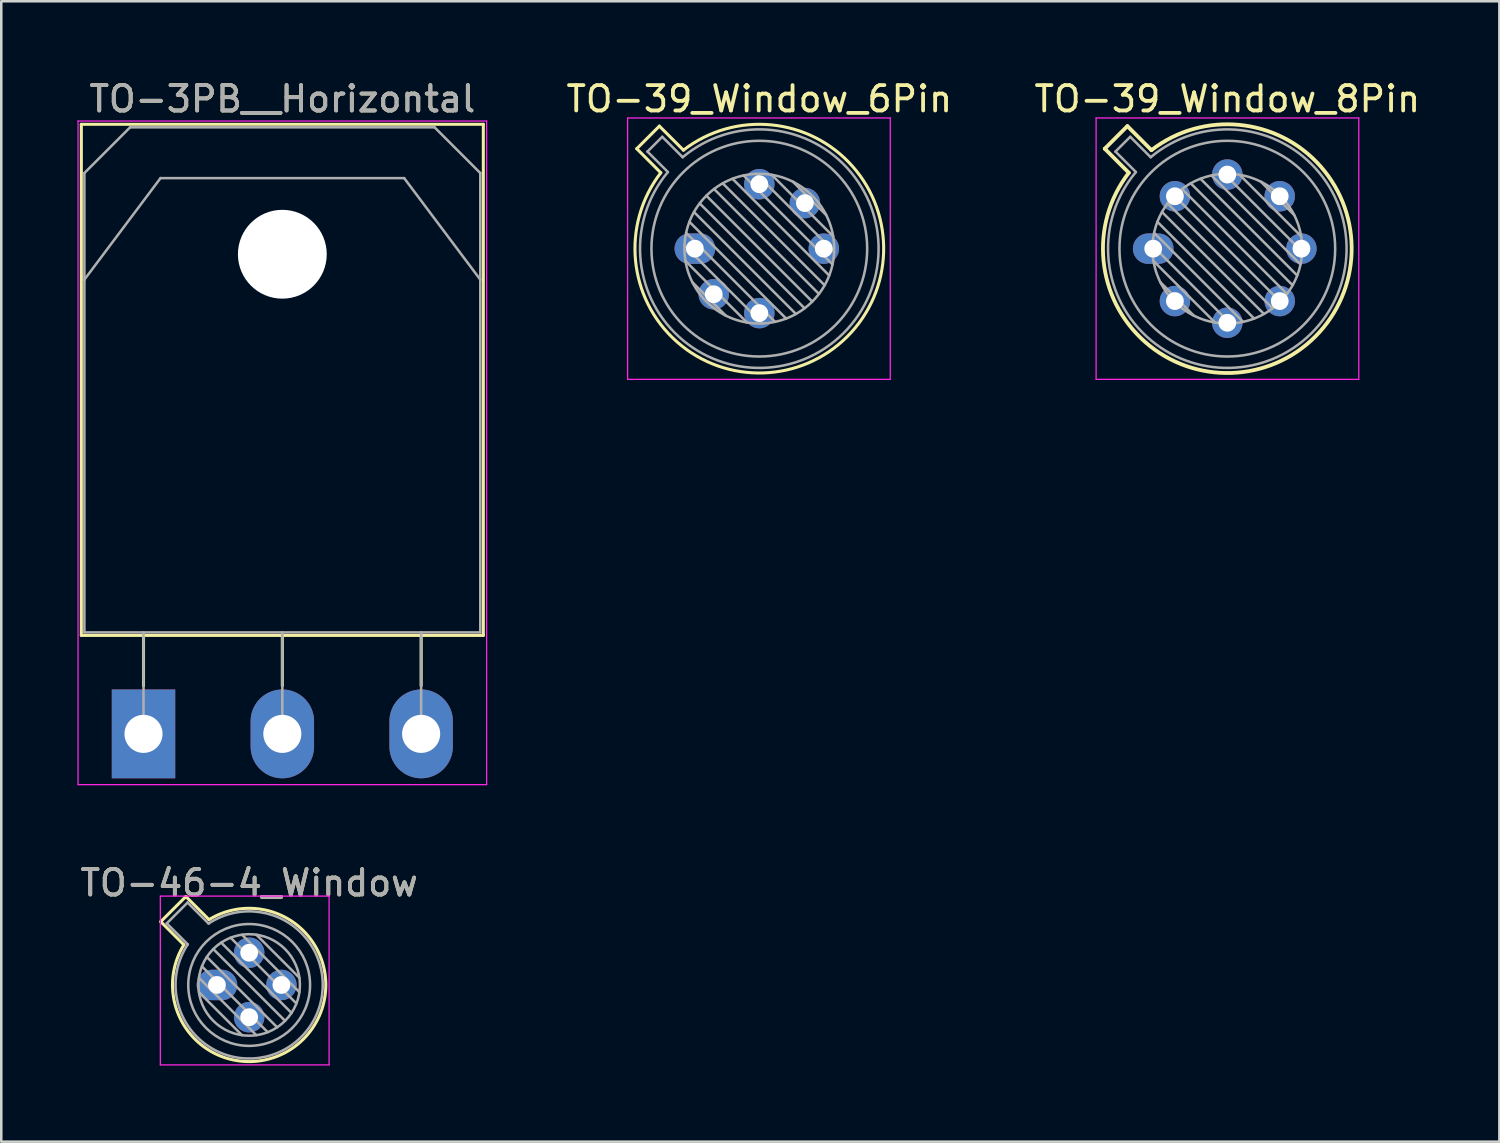
<source format=kicad_pcb>
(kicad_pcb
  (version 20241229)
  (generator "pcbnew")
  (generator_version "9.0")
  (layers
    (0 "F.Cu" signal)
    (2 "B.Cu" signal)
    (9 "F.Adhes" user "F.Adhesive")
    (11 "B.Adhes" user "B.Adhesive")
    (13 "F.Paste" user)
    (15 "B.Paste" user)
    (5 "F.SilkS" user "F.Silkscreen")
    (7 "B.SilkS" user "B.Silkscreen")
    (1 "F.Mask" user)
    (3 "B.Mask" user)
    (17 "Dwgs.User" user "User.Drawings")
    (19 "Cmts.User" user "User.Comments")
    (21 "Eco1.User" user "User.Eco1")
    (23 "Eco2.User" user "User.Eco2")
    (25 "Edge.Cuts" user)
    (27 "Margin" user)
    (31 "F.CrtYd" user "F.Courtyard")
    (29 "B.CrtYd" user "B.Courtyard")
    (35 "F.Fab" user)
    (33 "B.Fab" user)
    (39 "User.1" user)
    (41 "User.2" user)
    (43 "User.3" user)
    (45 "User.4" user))
  (footprint "TO-3PB__Horizontal"
    (layer "F.Cu")
    (at 2.605 25.868)
    (property "Reference" "TO-3PB__Horizontal" (at 5.47 -25.02 0) (layer "F.SilkS") (effects (font (size 1 1) (thickness 0.15))))
    (attr through_hole)
    (fp_line (start -2.45 -24.02) (end -2.45 -3.88) (stroke (width 0.12) (type solid)) (layer "F.SilkS"))
    (fp_line (start -2.45 -24.02) (end 13.39 -24.02) (stroke (width 0.12) (type solid)) (layer "F.SilkS"))
    (fp_line (start -2.45 -3.88) (end 13.39 -3.88) (stroke (width 0.12) (type solid)) (layer "F.SilkS"))
    (fp_line (start 0 -3.88) (end 0 -1.9) (stroke (width 0.12) (type solid)) (layer "F.SilkS"))
    (fp_line (start 5.47 -3.88) (end 5.47 -1.9) (stroke (width 0.12) (type solid)) (layer "F.SilkS"))
    (fp_line (start 10.94 -3.88) (end 10.94 -1.9) (stroke (width 0.12) (type solid)) (layer "F.SilkS"))
    (fp_line (start 13.39 -24.02) (end 13.39 -3.88) (stroke (width 0.12) (type solid)) (layer "F.SilkS"))
    (fp_line (start -2.58 -24.15) (end -2.58 2) (stroke (width 0.05) (type solid)) (layer "F.CrtYd"))
    (fp_line (start -2.58 2) (end 13.52 2) (stroke (width 0.05) (type solid)) (layer "F.CrtYd"))
    (fp_line (start 13.52 -24.15) (end -2.58 -24.15) (stroke (width 0.05) (type solid)) (layer "F.CrtYd"))
    (fp_line (start 13.52 2) (end 13.52 -24.15) (stroke (width 0.05) (type solid)) (layer "F.CrtYd"))
    (fp_line (start -2.33 -22.1) (end -0.53 -23.9) (stroke (width 0.1) (type solid)) (layer "F.Fab"))
    (fp_line (start -2.33 -17.9) (end -2.33 -22.1) (stroke (width 0.1) (type solid)) (layer "F.Fab"))
    (fp_line (start -2.33 -17.9) (end 0.67 -21.9) (stroke (width 0.1) (type solid)) (layer "F.Fab"))
    (fp_line (start -2.33 -4) (end -2.33 -17.9) (stroke (width 0.1) (type solid)) (layer "F.Fab"))
    (fp_line (start -0.53 -23.9) (end 11.47 -23.9) (stroke (width 0.1) (type solid)) (layer "F.Fab"))
    (fp_line (start 0 -4) (end 0 0) (stroke (width 0.1) (type solid)) (layer "F.Fab"))
    (fp_line (start 0.67 -21.9) (end 10.27 -21.9) (stroke (width 0.1) (type solid)) (layer "F.Fab"))
    (fp_line (start 5.47 -4) (end 5.47 0) (stroke (width 0.1) (type solid)) (layer "F.Fab"))
    (fp_line (start 10.27 -21.9) (end 13.27 -17.9) (stroke (width 0.1) (type solid)) (layer "F.Fab"))
    (fp_line (start 10.94 -4) (end 10.94 0) (stroke (width 0.1) (type solid)) (layer "F.Fab"))
    (fp_line (start 11.47 -23.9) (end 13.27 -22.1) (stroke (width 0.1) (type solid)) (layer "F.Fab"))
    (fp_line (start 13.27 -22.1) (end 13.27 -17.9) (stroke (width 0.1) (type solid)) (layer "F.Fab"))
    (fp_line (start 13.27 -17.9) (end 13.27 -4) (stroke (width 0.1) (type solid)) (layer "F.Fab"))
    (fp_line (start 13.27 -4) (end -2.33 -4) (stroke (width 0.1) (type solid)) (layer "F.Fab"))
    (fp_circle (center 5.47 -18.9) (end 7.07 -18.9) (stroke (width 0.1) (type solid)) (fill no) (layer "F.Fab"))
    (fp_text user "${REFERENCE}" (at 5.47 -25.02 0) (layer "F.Fab") (effects (font (size 1 1) (thickness 0.15))))
    (pad "" np_thru_hole oval (at 5.47 -18.9) (size 3.5 3.5) (drill 3.5) (layers "*.Cu" "*.Mask"))
    (pad "1" thru_hole rect (at 0 0) (size 2.5 3.5) (drill 1.5) (layers "*.Cu" "*.Mask"))
    (pad "2" thru_hole oval (at 5.47 0) (size 2.5 3.5) (drill 1.5) (layers "*.Cu" "*.Mask"))
    (pad "3" thru_hole oval (at 10.94 0) (size 2.5 3.5) (drill 1.5) (layers "*.Cu" "*.Mask")))
  (footprint "TO-39_Window_6Pin"
    (layer "F.Cu")
    (at 24.33 6.748)
    (property "Reference" "TO-39_Window_6Pin" (at 2.54 -5.9 0) (layer "F.SilkS") (effects (font (size 1 1) (thickness 0.15))))
    (attr through_hole)
    (fp_line (start -2.289 -3.938) (end -1.342 -2.991) (stroke (width 0.12) (type solid)) (layer "F.SilkS"))
    (fp_line (start -1.398 -4.829) (end -2.289 -3.938) (stroke (width 0.12) (type solid)) (layer "F.SilkS"))
    (fp_line (start -0.451 -3.882) (end -1.398 -4.829) (stroke (width 0.12) (type solid)) (layer "F.SilkS"))
    (fp_arc (start -0.450589 -3.881543) (mid 6.004823 3.464823) (end -1.341543 -2.990588) (stroke (width 0.12) (type solid)) (layer "F.SilkS"))
    (fp_line (start -2.65 -5.15) (end -2.65 5.15) (stroke (width 0.05) (type solid)) (layer "F.CrtYd"))
    (fp_line (start -2.65 5.15) (end 7.7 5.15) (stroke (width 0.05) (type solid)) (layer "F.CrtYd"))
    (fp_line (start 7.7 -5.15) (end -2.65 -5.15) (stroke (width 0.05) (type solid)) (layer "F.CrtYd"))
    (fp_line (start 7.7 5.15) (end 7.7 -5.15) (stroke (width 0.05) (type solid)) (layer "F.CrtYd"))
    (fp_line (start -1.868 -3.825) (end -1.062 -3.019) (stroke (width 0.1) (type solid)) (layer "F.Fab"))
    (fp_line (start -1.285 -4.408) (end -1.868 -3.825) (stroke (width 0.1) (type solid)) (layer "F.Fab"))
    (fp_line (start -0.479 -3.602) (end -1.285 -4.408) (stroke (width 0.1) (type solid)) (layer "F.Fab"))
    (fp_line (start -0.408 -0.12) (end 2.66 2.948) (stroke (width 0.1) (type solid)) (layer "F.Fab"))
    (fp_line (start -0.371 0.485) (end 2.055 2.911) (stroke (width 0.1) (type solid)) (layer "F.Fab"))
    (fp_line (start -0.344 -0.622) (end 3.162 2.884) (stroke (width 0.1) (type solid)) (layer "F.Fab"))
    (fp_line (start -0.215 -1.058) (end 3.598 2.755) (stroke (width 0.1) (type solid)) (layer "F.Fab"))
    (fp_line (start -0.097 1.324) (end 1.216 2.637) (stroke (width 0.1) (type solid)) (layer "F.Fab"))
    (fp_line (start -0.034 -1.443) (end 3.983 2.574) (stroke (width 0.1) (type solid)) (layer "F.Fab"))
    (fp_line (start 0.19 -1.784) (end 4.324 2.35) (stroke (width 0.1) (type solid)) (layer "F.Fab"))
    (fp_line (start 0.454 -2.086) (end 4.626 2.086) (stroke (width 0.1) (type solid)) (layer "F.Fab"))
    (fp_line (start 0.756 -2.35) (end 4.89 1.784) (stroke (width 0.1) (type solid)) (layer "F.Fab"))
    (fp_line (start 1.097 -2.574) (end 5.114 1.443) (stroke (width 0.1) (type solid)) (layer "F.Fab"))
    (fp_line (start 1.482 -2.755) (end 5.295 1.058) (stroke (width 0.1) (type solid)) (layer "F.Fab"))
    (fp_line (start 1.918 -2.884) (end 5.424 0.622) (stroke (width 0.1) (type solid)) (layer "F.Fab"))
    (fp_line (start 2.42 -2.948) (end 5.488 0.12) (stroke (width 0.1) (type solid)) (layer "F.Fab"))
    (fp_line (start 3.025 -2.911) (end 5.451 -0.485) (stroke (width 0.1) (type solid)) (layer "F.Fab"))
    (fp_line (start 3.864 -2.637) (end 5.177 -1.324) (stroke (width 0.1) (type solid)) (layer "F.Fab"))
    (fp_arc (start -0.478935 -3.602226) (mid 5.863402 3.323402) (end -1.062226 -3.018935) (stroke (width 0.1) (type solid)) (layer "F.Fab"))
    (fp_circle (center 2.54 0) (end 5.49 0) (stroke (width 0.1) (type solid)) (fill no) (layer "F.Fab"))
    (fp_circle (center 2.54 0) (end 6.79 0) (stroke (width 0.1) (type solid)) (fill no) (layer "F.Fab"))
    (pad "1" thru_hole oval (at 0 0) (size 1.6 1.2) (drill 0.7) (layers "*.Cu" "*.Mask"))
    (pad "2" thru_hole oval (at 0.744 1.796) (size 1.2 1.2) (drill 0.7) (layers "*.Cu" "*.Mask"))
    (pad "3" thru_hole oval (at 2.54 2.54) (size 1.2 1.2) (drill 0.7) (layers "*.Cu" "*.Mask"))
    (pad "4" thru_hole oval (at 5.08 0) (size 1.2 1.2) (drill 0.7) (layers "*.Cu" "*.Mask"))
    (pad "5" thru_hole oval (at 4.336 -1.796) (size 1.2 1.2) (drill 0.7) (layers "*.Cu" "*.Mask"))
    (pad "6" thru_hole oval (at 2.54 -2.54) (size 1.2 1.2) (drill 0.7) (layers "*.Cu" "*.Mask")))
  (footprint "TO-46-4_Window"
    (layer "F.Cu")
    (at 5.498 35.761)
    (property "Reference" "TO-46-4_Window" (at 1.27 -4.02 0) (layer "F.SilkS") (effects (font (size 1 1) (thickness 0.15))))
    (attr through_hole)
    (fp_line (start -2.214 -2.494) (end -1.302 -1.582) (stroke (width 0.12) (type solid)) (layer "F.SilkS"))
    (fp_line (start -1.224 -3.484) (end -2.214 -2.494) (stroke (width 0.12) (type solid)) (layer "F.SilkS"))
    (fp_line (start -0.312 -2.572) (end -1.224 -3.484) (stroke (width 0.12) (type solid)) (layer "F.SilkS"))
    (fp_arc (start -0.312331 -2.572281) (mid 3.405374 2.135551) (end -1.30215 -1.582544) (stroke (width 0.12) (type solid)) (layer "F.SilkS"))
    (fp_line (start -2.23 -3.5) (end -2.23 3.15) (stroke (width 0.05) (type solid)) (layer "F.CrtYd"))
    (fp_line (start -2.23 3.15) (end 4.42 3.15) (stroke (width 0.05) (type solid)) (layer "F.CrtYd"))
    (fp_line (start 4.42 -3.5) (end -2.23 -3.5) (stroke (width 0.05) (type solid)) (layer "F.CrtYd"))
    (fp_line (start 4.42 3.15) (end 4.42 -3.5) (stroke (width 0.05) (type solid)) (layer "F.CrtYd"))
    (fp_line (start -1.977 -2.426) (end -1.149 -1.599) (stroke (width 0.1) (type solid)) (layer "F.Fab"))
    (fp_line (start -1.156 -3.247) (end -1.977 -2.426) (stroke (width 0.1) (type solid)) (layer "F.Fab"))
    (fp_line (start -0.71 -0.283) (end 1.553 1.98) (stroke (width 0.1) (type solid)) (layer "F.Fab"))
    (fp_line (start -0.71 0.283) (end 0.987 1.98) (stroke (width 0.1) (type solid)) (layer "F.Fab"))
    (fp_line (start -0.592 -0.731) (end 2.001 1.862) (stroke (width 0.1) (type solid)) (layer "F.Fab"))
    (fp_line (start -0.399 -1.103) (end 2.373 1.669) (stroke (width 0.1) (type solid)) (layer "F.Fab"))
    (fp_line (start -0.329 -2.419) (end -1.156 -3.247) (stroke (width 0.1) (type solid)) (layer "F.Fab"))
    (fp_line (start -0.145 -1.415) (end 2.685 1.415) (stroke (width 0.1) (type solid)) (layer "F.Fab"))
    (fp_line (start 0.167 -1.669) (end 2.939 1.103) (stroke (width 0.1) (type solid)) (layer "F.Fab"))
    (fp_line (start 0.539 -1.862) (end 3.132 0.731) (stroke (width 0.1) (type solid)) (layer "F.Fab"))
    (fp_line (start 0.987 -1.98) (end 3.25 0.283) (stroke (width 0.1) (type solid)) (layer "F.Fab"))
    (fp_line (start 1.553 -1.98) (end 3.25 -0.283) (stroke (width 0.1) (type solid)) (layer "F.Fab"))
    (fp_arc (start -0.329057 -2.419301) (mid 3.321076 2.050143) (end -1.150029 -1.597956) (stroke (width 0.1) (type solid)) (layer "F.Fab"))
    (fp_circle (center 1.27 0) (end 3.27 0) (stroke (width 0.1) (type solid)) (fill no) (layer "F.Fab"))
    (fp_circle (center 1.27 0) (end 3.67 0) (stroke (width 0.1) (type solid)) (fill no) (layer "F.Fab"))
    (fp_text user "${REFERENCE}" (at 1.27 -4.02 0) (layer "F.Fab") (effects (font (size 1 1) (thickness 0.15))))
    (pad "1" thru_hole oval (at 0 0) (size 1.6 1.2) (drill 0.7) (layers "*.Cu" "*.Mask"))
    (pad "2" thru_hole oval (at 1.27 1.27) (size 1.2 1.2) (drill 0.7) (layers "*.Cu" "*.Mask"))
    (pad "3" thru_hole oval (at 2.54 0) (size 1.2 1.2) (drill 0.7) (layers "*.Cu" "*.Mask"))
    (pad "4" thru_hole oval (at 1.27 -1.27) (size 1.2 1.2) (drill 0.7) (layers "*.Cu" "*.Mask")))
  (footprint "TO-39_Window_8Pin"
    (layer "F.Cu")
    (at 42.391 6.748)
    (property "Reference" "TO-39_Window_8Pin" (at 2.92 -5.9 0) (layer "F.SilkS") (effects (font (size 1 1) (thickness 0.15))))
    (attr through_hole)
    (fp_line (start -1.909 -3.938) (end -0.962 -2.991) (stroke (width 0.15) (type solid)) (layer "F.SilkS"))
    (fp_line (start -1.018 -4.829) (end -1.909 -3.938) (stroke (width 0.15) (type solid)) (layer "F.SilkS"))
    (fp_line (start -0.071 -3.882) (end -1.018 -4.829) (stroke (width 0.15) (type solid)) (layer "F.SilkS"))
    (fp_arc (start -0.070589 -3.881543) (mid 6.384823 3.464823) (end -0.961543 -2.990588) (stroke (width 0.15) (type solid)) (layer "F.SilkS"))
    (fp_line (start -2.25 -5.15) (end -2.25 5.15) (stroke (width 0.05) (type solid)) (layer "F.CrtYd"))
    (fp_line (start -2.25 5.15) (end 8.1 5.15) (stroke (width 0.05) (type solid)) (layer "F.CrtYd"))
    (fp_line (start 8.1 -5.15) (end -2.25 -5.15) (stroke (width 0.05) (type solid)) (layer "F.CrtYd"))
    (fp_line (start 8.1 5.15) (end 8.1 -5.15) (stroke (width 0.05) (type solid)) (layer "F.CrtYd"))
    (fp_line (start -1.488 -3.825) (end -0.682 -3.019) (stroke (width 0.1) (type solid)) (layer "F.Fab"))
    (fp_line (start -0.905 -4.408) (end -1.488 -3.825) (stroke (width 0.1) (type solid)) (layer "F.Fab"))
    (fp_line (start -0.099 -3.602) (end -0.905 -4.408) (stroke (width 0.1) (type solid)) (layer "F.Fab"))
    (fp_line (start -0.028 -0.12) (end 3.04 2.948) (stroke (width 0.1) (type solid)) (layer "F.Fab"))
    (fp_line (start 0.009 0.485) (end 2.435 2.911) (stroke (width 0.1) (type solid)) (layer "F.Fab"))
    (fp_line (start 0.036 -0.622) (end 3.542 2.884) (stroke (width 0.1) (type solid)) (layer "F.Fab"))
    (fp_line (start 0.165 -1.058) (end 3.978 2.755) (stroke (width 0.1) (type solid)) (layer "F.Fab"))
    (fp_line (start 0.283 1.324) (end 1.596 2.637) (stroke (width 0.1) (type solid)) (layer "F.Fab"))
    (fp_line (start 0.346 -1.443) (end 4.363 2.574) (stroke (width 0.1) (type solid)) (layer "F.Fab"))
    (fp_line (start 0.57 -1.784) (end 4.704 2.35) (stroke (width 0.1) (type solid)) (layer "F.Fab"))
    (fp_line (start 0.834 -2.086) (end 5.006 2.086) (stroke (width 0.1) (type solid)) (layer "F.Fab"))
    (fp_line (start 1.136 -2.35) (end 5.27 1.784) (stroke (width 0.1) (type solid)) (layer "F.Fab"))
    (fp_line (start 1.477 -2.574) (end 5.494 1.443) (stroke (width 0.1) (type solid)) (layer "F.Fab"))
    (fp_line (start 1.862 -2.755) (end 5.675 1.058) (stroke (width 0.1) (type solid)) (layer "F.Fab"))
    (fp_line (start 2.298 -2.884) (end 5.804 0.622) (stroke (width 0.1) (type solid)) (layer "F.Fab"))
    (fp_line (start 2.8 -2.948) (end 5.868 0.12) (stroke (width 0.1) (type solid)) (layer "F.Fab"))
    (fp_line (start 3.405 -2.911) (end 5.831 -0.485) (stroke (width 0.1) (type solid)) (layer "F.Fab"))
    (fp_line (start 4.244 -2.637) (end 5.557 -1.324) (stroke (width 0.1) (type solid)) (layer "F.Fab"))
    (fp_arc (start -0.098935 -3.602226) (mid 6.243402 3.323402) (end -0.682226 -3.018935) (stroke (width 0.1) (type solid)) (layer "F.Fab"))
    (fp_circle (center 2.92 0) (end 5.87 0) (stroke (width 0.1) (type solid)) (fill no) (layer "F.Fab"))
    (fp_circle (center 2.92 0) (end 7.17 0) (stroke (width 0.1) (type solid)) (fill no) (layer "F.Fab"))
    (pad "1" thru_hole oval (at 0 0) (size 1.6 1.2) (drill 0.7) (layers "*.Cu" "*.Mask"))
    (pad "2" thru_hole oval (at 0.855 2.065) (size 1.2 1.2) (drill 0.7) (layers "*.Cu" "*.Mask"))
    (pad "3" thru_hole oval (at 2.92 2.92) (size 1.2 1.2) (drill 0.7) (layers "*.Cu" "*.Mask"))
    (pad "4" thru_hole oval (at 4.985 2.065) (size 1.2 1.2) (drill 0.7) (layers "*.Cu" "*.Mask"))
    (pad "5" thru_hole oval (at 5.84 0) (size 1.2 1.2) (drill 0.7) (layers "*.Cu" "*.Mask"))
    (pad "6" thru_hole oval (at 4.985 -2.065) (size 1.2 1.2) (drill 0.7) (layers "*.Cu" "*.Mask"))
    (pad "7" thru_hole oval (at 2.92 -2.92) (size 1.2 1.2) (drill 0.7) (layers "*.Cu" "*.Mask"))
    (pad "8" thru_hole oval (at 0.855 -2.065) (size 1.2 1.2) (drill 0.7) (layers "*.Cu" "*.Mask")))
  (gr_rect
    (start -3 -3)
    (end 56.031 41.937)
    (stroke (width 0.1) (type default))
    (fill no)
    (layer "Edge.Cuts")))
</source>
